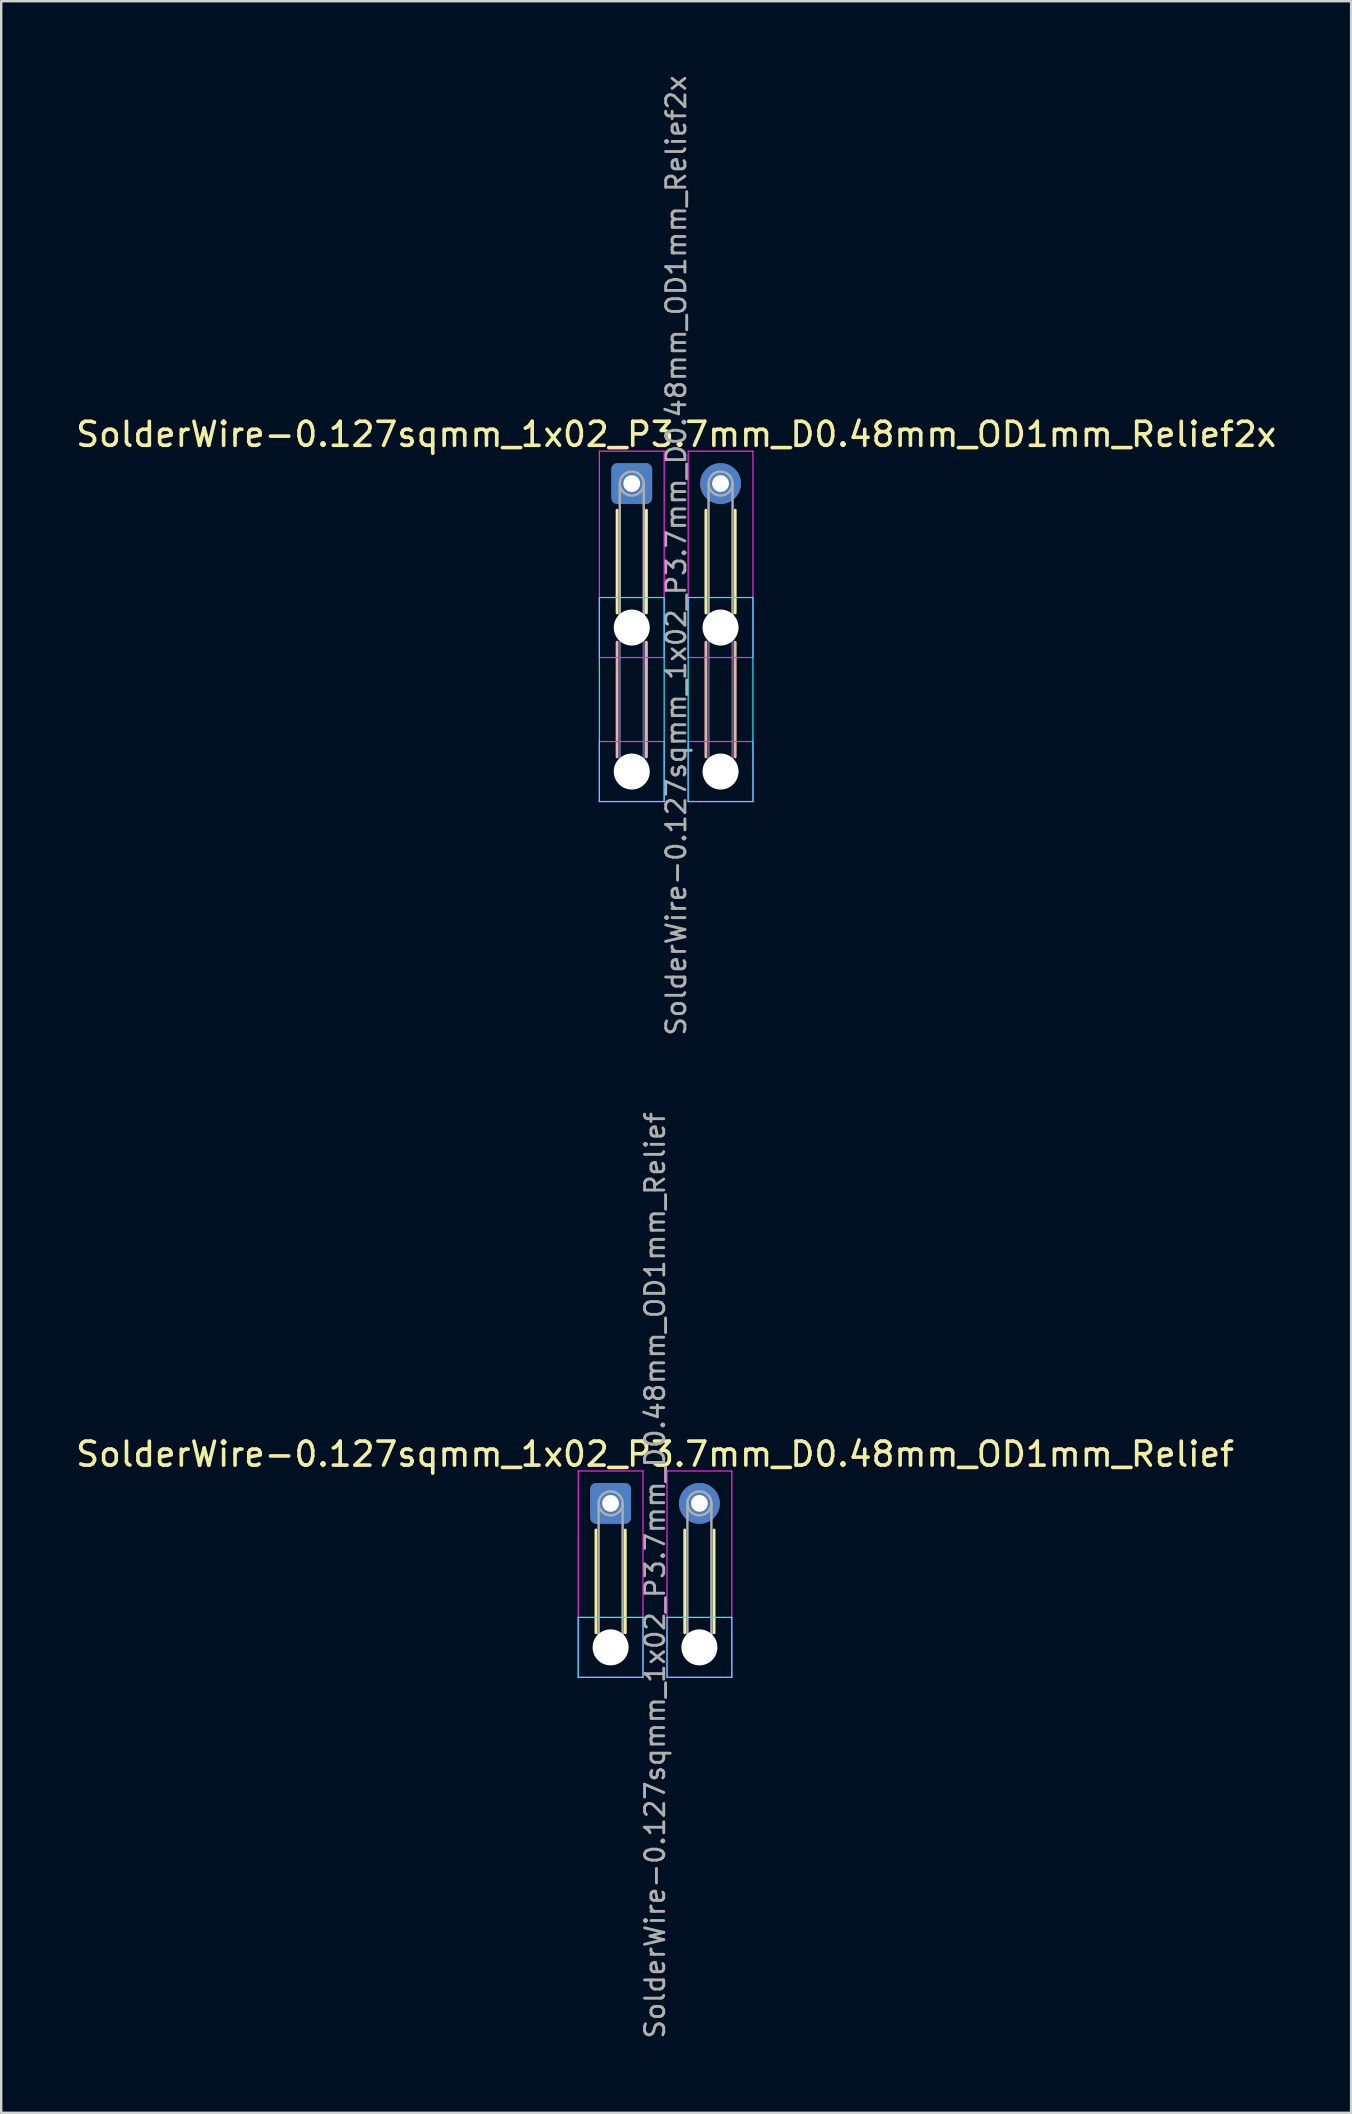
<source format=kicad_pcb>
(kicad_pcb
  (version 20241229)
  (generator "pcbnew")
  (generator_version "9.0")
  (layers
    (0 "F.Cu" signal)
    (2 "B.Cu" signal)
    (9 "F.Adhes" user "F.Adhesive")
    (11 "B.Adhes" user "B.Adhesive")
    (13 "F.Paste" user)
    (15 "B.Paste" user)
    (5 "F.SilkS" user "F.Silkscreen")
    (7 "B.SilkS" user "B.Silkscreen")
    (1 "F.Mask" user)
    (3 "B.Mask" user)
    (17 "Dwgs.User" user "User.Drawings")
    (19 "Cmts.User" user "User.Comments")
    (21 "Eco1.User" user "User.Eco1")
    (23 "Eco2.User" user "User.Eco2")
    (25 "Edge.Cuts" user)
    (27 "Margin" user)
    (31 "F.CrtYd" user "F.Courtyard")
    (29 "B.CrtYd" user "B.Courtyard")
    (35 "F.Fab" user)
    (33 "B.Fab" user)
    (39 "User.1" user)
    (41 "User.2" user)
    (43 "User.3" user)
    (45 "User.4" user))
  (footprint "SolderWire-0.127sqmm_1x02_P3.7mm_D0.48mm_OD1mm_Relief2x"
    (layer "F.Cu")
    (at 23.275 17.1)
    (property "Reference" "SolderWire-0.127sqmm_1x02_P3.7mm_D0.48mm_OD1mm_Relief2x" (at 1.85 -2.05 0) (layer "F.SilkS") (effects (font (size 1 1) (thickness 0.15))))
    (attr exclude_from_pos_files exclude_from_bom)
    (fp_line (start -0.61 1.11) (end -0.61 5.39) (stroke (width 0.12) (type solid)) (layer "F.SilkS"))
    (fp_line (start 0.61 1.11) (end 0.61 5.39) (stroke (width 0.12) (type solid)) (layer "F.SilkS"))
    (fp_line (start 3.09 1.11) (end 3.09 5.39) (stroke (width 0.12) (type solid)) (layer "F.SilkS"))
    (fp_line (start 4.31 1.11) (end 4.31 5.39) (stroke (width 0.12) (type solid)) (layer "F.SilkS"))
    (fp_line (start -0.61 6.61) (end -0.61 11.39) (stroke (width 0.12) (type solid)) (layer "B.SilkS"))
    (fp_line (start 0.61 6.61) (end 0.61 11.39) (stroke (width 0.12) (type solid)) (layer "B.SilkS"))
    (fp_line (start 3.09 6.61) (end 3.09 11.39) (stroke (width 0.12) (type solid)) (layer "B.SilkS"))
    (fp_line (start 4.31 6.61) (end 4.31 11.39) (stroke (width 0.12) (type solid)) (layer "B.SilkS"))
    (fp_line (start -1.35 4.75) (end -1.35 13.25) (stroke (width 0.05) (type solid)) (layer "B.CrtYd"))
    (fp_line (start -1.35 13.25) (end 1.35 13.25) (stroke (width 0.05) (type solid)) (layer "B.CrtYd"))
    (fp_line (start 1.35 4.75) (end -1.35 4.75) (stroke (width 0.05) (type solid)) (layer "B.CrtYd"))
    (fp_line (start 1.35 13.25) (end 1.35 4.75) (stroke (width 0.05) (type solid)) (layer "B.CrtYd"))
    (fp_line (start 2.35 4.75) (end 2.35 13.25) (stroke (width 0.05) (type solid)) (layer "B.CrtYd"))
    (fp_line (start 2.35 13.25) (end 5.05 13.25) (stroke (width 0.05) (type solid)) (layer "B.CrtYd"))
    (fp_line (start 5.05 4.75) (end 2.35 4.75) (stroke (width 0.05) (type solid)) (layer "B.CrtYd"))
    (fp_line (start 5.05 13.25) (end 5.05 4.75) (stroke (width 0.05) (type solid)) (layer "B.CrtYd"))
    (fp_line (start -1.35 -1.35) (end -1.35 7.25) (stroke (width 0.05) (type solid)) (layer "F.CrtYd"))
    (fp_line (start -1.35 7.25) (end 1.35 7.25) (stroke (width 0.05) (type solid)) (layer "F.CrtYd"))
    (fp_line (start -1.35 10.75) (end -1.35 13.25) (stroke (width 0.05) (type solid)) (layer "F.CrtYd"))
    (fp_line (start -1.35 13.25) (end 1.35 13.25) (stroke (width 0.05) (type solid)) (layer "F.CrtYd"))
    (fp_line (start 1.35 -1.35) (end -1.35 -1.35) (stroke (width 0.05) (type solid)) (layer "F.CrtYd"))
    (fp_line (start 1.35 7.25) (end 1.35 -1.35) (stroke (width 0.05) (type solid)) (layer "F.CrtYd"))
    (fp_line (start 1.35 10.75) (end -1.35 10.75) (stroke (width 0.05) (type solid)) (layer "F.CrtYd"))
    (fp_line (start 1.35 13.25) (end 1.35 10.75) (stroke (width 0.05) (type solid)) (layer "F.CrtYd"))
    (fp_line (start 2.35 -1.35) (end 2.35 7.25) (stroke (width 0.05) (type solid)) (layer "F.CrtYd"))
    (fp_line (start 2.35 7.25) (end 5.05 7.25) (stroke (width 0.05) (type solid)) (layer "F.CrtYd"))
    (fp_line (start 2.35 10.75) (end 2.35 13.25) (stroke (width 0.05) (type solid)) (layer "F.CrtYd"))
    (fp_line (start 2.35 13.25) (end 5.05 13.25) (stroke (width 0.05) (type solid)) (layer "F.CrtYd"))
    (fp_line (start 5.05 -1.35) (end 2.35 -1.35) (stroke (width 0.05) (type solid)) (layer "F.CrtYd"))
    (fp_line (start 5.05 7.25) (end 5.05 -1.35) (stroke (width 0.05) (type solid)) (layer "F.CrtYd"))
    (fp_line (start 5.05 10.75) (end 2.35 10.75) (stroke (width 0.05) (type solid)) (layer "F.CrtYd"))
    (fp_line (start 5.05 13.25) (end 5.05 10.75) (stroke (width 0.05) (type solid)) (layer "F.CrtYd"))
    (fp_line (start -0.5 6) (end -0.5 12) (stroke (width 0.1) (type solid)) (layer "B.Fab"))
    (fp_line (start 0.5 6) (end 0.5 12) (stroke (width 0.1) (type solid)) (layer "B.Fab"))
    (fp_line (start 3.2 6) (end 3.2 12) (stroke (width 0.1) (type solid)) (layer "B.Fab"))
    (fp_line (start 4.2 6) (end 4.2 12) (stroke (width 0.1) (type solid)) (layer "B.Fab"))
    (fp_circle (center 0 6) (end 0.5 6) (stroke (width 0.1) (type solid)) (fill no) (layer "B.Fab"))
    (fp_circle (center 0 12) (end 0.5 12) (stroke (width 0.1) (type solid)) (fill no) (layer "B.Fab"))
    (fp_circle (center 3.7 6) (end 4.2 6) (stroke (width 0.1) (type solid)) (fill no) (layer "B.Fab"))
    (fp_circle (center 3.7 12) (end 4.2 12) (stroke (width 0.1) (type solid)) (fill no) (layer "B.Fab"))
    (fp_line (start -0.5 0) (end -0.5 6) (stroke (width 0.1) (type solid)) (layer "F.Fab"))
    (fp_line (start 0.5 0) (end 0.5 6) (stroke (width 0.1) (type solid)) (layer "F.Fab"))
    (fp_line (start 3.2 0) (end 3.2 6) (stroke (width 0.1) (type solid)) (layer "F.Fab"))
    (fp_line (start 4.2 0) (end 4.2 6) (stroke (width 0.1) (type solid)) (layer "F.Fab"))
    (fp_circle (center 0 0) (end 0.5 0) (stroke (width 0.1) (type solid)) (fill no) (layer "F.Fab"))
    (fp_circle (center 0 6) (end 0.5 6) (stroke (width 0.1) (type solid)) (fill no) (layer "F.Fab"))
    (fp_circle (center 0 12) (end 0.5 12) (stroke (width 0.1) (type solid)) (fill no) (layer "F.Fab"))
    (fp_circle (center 3.7 0) (end 4.2 0) (stroke (width 0.1) (type solid)) (fill no) (layer "F.Fab"))
    (fp_circle (center 3.7 6) (end 4.2 6) (stroke (width 0.1) (type solid)) (fill no) (layer "F.Fab"))
    (fp_circle (center 3.7 12) (end 4.2 12) (stroke (width 0.1) (type solid)) (fill no) (layer "F.Fab"))
    (fp_text user "${REFERENCE}" (at 1.85 3 90) (layer "F.Fab") (effects (font (size 0.8 0.8) (thickness 0.12))))
    (pad "" np_thru_hole circle (at 0 6) (size 1.5 1.5) (drill 1.5) (layers "*.Cu" "*.Mask"))
    (pad "" np_thru_hole circle (at 0 12) (size 1.5 1.5) (drill 1.5) (layers "*.Cu" "*.Mask"))
    (pad "" np_thru_hole circle (at 3.7 6) (size 1.5 1.5) (drill 1.5) (layers "*.Cu" "*.Mask"))
    (pad "" np_thru_hole circle (at 3.7 12) (size 1.5 1.5) (drill 1.5) (layers "*.Cu" "*.Mask"))
    (pad "1" thru_hole roundrect (at 0 0) (size 1.7 1.7) (drill 0.7) (layers "*.Cu" "*.Mask") (roundrect_rratio 0.147))
    (pad "2" thru_hole circle (at 3.7 0) (size 1.7 1.7) (drill 0.7) (layers "*.Cu" "*.Mask")))
  (footprint "SolderWire-0.127sqmm_1x02_P3.7mm_D0.48mm_OD1mm_Relief"
    (layer "F.Cu")
    (at 22.394 59.595)
    (property "Reference" "SolderWire-0.127sqmm_1x02_P3.7mm_D0.48mm_OD1mm_Relief" (at 1.85 -2.05 0) (layer "F.SilkS") (effects (font (size 1 1) (thickness 0.15))))
    (attr exclude_from_pos_files exclude_from_bom)
    (fp_line (start -0.61 1.11) (end -0.61 5.39) (stroke (width 0.12) (type solid)) (layer "F.SilkS"))
    (fp_line (start 0.61 1.11) (end 0.61 5.39) (stroke (width 0.12) (type solid)) (layer "F.SilkS"))
    (fp_line (start 3.09 1.11) (end 3.09 5.39) (stroke (width 0.12) (type solid)) (layer "F.SilkS"))
    (fp_line (start 4.31 1.11) (end 4.31 5.39) (stroke (width 0.12) (type solid)) (layer "F.SilkS"))
    (fp_line (start -1.35 4.75) (end -1.35 7.25) (stroke (width 0.05) (type solid)) (layer "B.CrtYd"))
    (fp_line (start -1.35 7.25) (end 1.35 7.25) (stroke (width 0.05) (type solid)) (layer "B.CrtYd"))
    (fp_line (start 1.35 4.75) (end -1.35 4.75) (stroke (width 0.05) (type solid)) (layer "B.CrtYd"))
    (fp_line (start 1.35 7.25) (end 1.35 4.75) (stroke (width 0.05) (type solid)) (layer "B.CrtYd"))
    (fp_line (start 2.35 4.75) (end 2.35 7.25) (stroke (width 0.05) (type solid)) (layer "B.CrtYd"))
    (fp_line (start 2.35 7.25) (end 5.05 7.25) (stroke (width 0.05) (type solid)) (layer "B.CrtYd"))
    (fp_line (start 5.05 4.75) (end 2.35 4.75) (stroke (width 0.05) (type solid)) (layer "B.CrtYd"))
    (fp_line (start 5.05 7.25) (end 5.05 4.75) (stroke (width 0.05) (type solid)) (layer "B.CrtYd"))
    (fp_line (start -1.35 -1.35) (end -1.35 7.25) (stroke (width 0.05) (type solid)) (layer "F.CrtYd"))
    (fp_line (start -1.35 7.25) (end 1.35 7.25) (stroke (width 0.05) (type solid)) (layer "F.CrtYd"))
    (fp_line (start 1.35 -1.35) (end -1.35 -1.35) (stroke (width 0.05) (type solid)) (layer "F.CrtYd"))
    (fp_line (start 1.35 7.25) (end 1.35 -1.35) (stroke (width 0.05) (type solid)) (layer "F.CrtYd"))
    (fp_line (start 2.35 -1.35) (end 2.35 7.25) (stroke (width 0.05) (type solid)) (layer "F.CrtYd"))
    (fp_line (start 2.35 7.25) (end 5.05 7.25) (stroke (width 0.05) (type solid)) (layer "F.CrtYd"))
    (fp_line (start 5.05 -1.35) (end 2.35 -1.35) (stroke (width 0.05) (type solid)) (layer "F.CrtYd"))
    (fp_line (start 5.05 7.25) (end 5.05 -1.35) (stroke (width 0.05) (type solid)) (layer "F.CrtYd"))
    (fp_line (start -0.5 0) (end -0.5 6) (stroke (width 0.1) (type solid)) (layer "F.Fab"))
    (fp_line (start 0.5 0) (end 0.5 6) (stroke (width 0.1) (type solid)) (layer "F.Fab"))
    (fp_line (start 3.2 0) (end 3.2 6) (stroke (width 0.1) (type solid)) (layer "F.Fab"))
    (fp_line (start 4.2 0) (end 4.2 6) (stroke (width 0.1) (type solid)) (layer "F.Fab"))
    (fp_circle (center 0 0) (end 0.5 0) (stroke (width 0.1) (type solid)) (fill no) (layer "F.Fab"))
    (fp_circle (center 0 6) (end 0.5 6) (stroke (width 0.1) (type solid)) (fill no) (layer "F.Fab"))
    (fp_circle (center 3.7 0) (end 4.2 0) (stroke (width 0.1) (type solid)) (fill no) (layer "F.Fab"))
    (fp_circle (center 3.7 6) (end 4.2 6) (stroke (width 0.1) (type solid)) (fill no) (layer "F.Fab"))
    (fp_text user "${REFERENCE}" (at 1.85 3 90) (layer "F.Fab") (effects (font (size 0.8 0.8) (thickness 0.12))))
    (pad "" np_thru_hole circle (at 0 6) (size 1.5 1.5) (drill 1.5) (layers "*.Cu" "*.Mask"))
    (pad "" np_thru_hole circle (at 3.7 6) (size 1.5 1.5) (drill 1.5) (layers "*.Cu" "*.Mask"))
    (pad "1" thru_hole roundrect (at 0 0) (size 1.7 1.7) (drill 0.7) (layers "*.Cu" "*.Mask") (roundrect_rratio 0.147))
    (pad "2" thru_hole circle (at 3.7 0) (size 1.7 1.7) (drill 0.7) (layers "*.Cu" "*.Mask")))
  (gr_rect
    (start -3 -3)
    (end 53.25 84.99)
    (stroke (width 0.1) (type default))
    (fill no)
    (layer "Edge.Cuts")))
</source>
